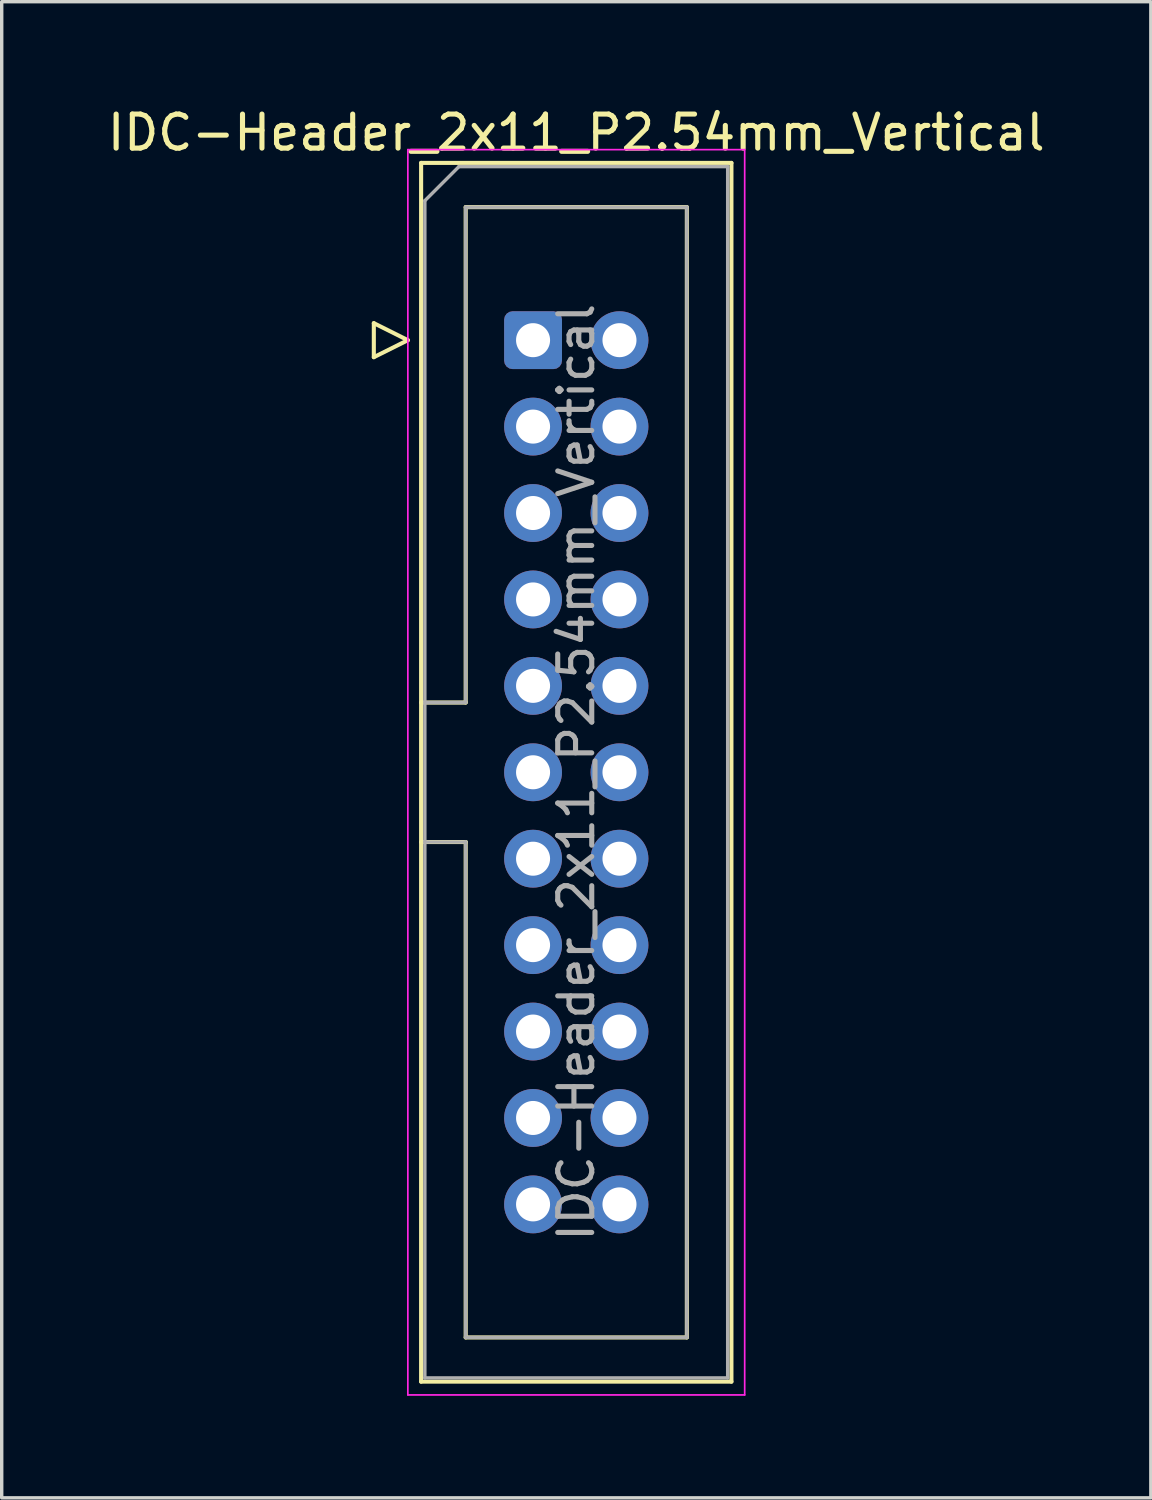
<source format=kicad_pcb>
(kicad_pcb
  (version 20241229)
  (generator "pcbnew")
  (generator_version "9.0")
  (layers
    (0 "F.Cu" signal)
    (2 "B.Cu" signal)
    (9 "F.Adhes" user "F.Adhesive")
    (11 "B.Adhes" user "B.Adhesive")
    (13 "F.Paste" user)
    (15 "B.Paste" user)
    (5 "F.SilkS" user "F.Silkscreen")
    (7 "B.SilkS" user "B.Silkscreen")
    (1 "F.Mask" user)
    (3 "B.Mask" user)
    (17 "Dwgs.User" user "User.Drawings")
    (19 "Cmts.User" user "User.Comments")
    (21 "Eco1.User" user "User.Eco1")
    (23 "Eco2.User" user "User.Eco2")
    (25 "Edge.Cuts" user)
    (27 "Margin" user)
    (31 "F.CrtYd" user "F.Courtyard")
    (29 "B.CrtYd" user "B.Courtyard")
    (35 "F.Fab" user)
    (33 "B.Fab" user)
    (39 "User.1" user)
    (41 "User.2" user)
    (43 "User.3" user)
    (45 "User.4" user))
  (footprint "IDC-Header_2x11_P2.54mm_Vertical"
    (layer "F.Cu")
    (at 12.617 6.948)
    (property "Reference" "IDC-Header_2x11_P2.54mm_Vertical" (at 1.27 -6.1 0) (layer "F.SilkS") (effects (font (size 1 1) (thickness 0.15))))
    (attr through_hole)
    (fp_line (start -4.68 -0.5) (end -4.68 0.5) (stroke (width 0.12) (type solid)) (layer "F.SilkS"))
    (fp_line (start -4.68 0.5) (end -3.68 0) (stroke (width 0.12) (type solid)) (layer "F.SilkS"))
    (fp_line (start -3.68 0) (end -4.68 -0.5) (stroke (width 0.12) (type solid)) (layer "F.SilkS"))
    (fp_line (start -3.29 -5.21) (end 5.83 -5.21) (stroke (width 0.12) (type solid)) (layer "F.SilkS"))
    (fp_line (start -3.29 10.65) (end -1.98 10.65) (stroke (width 0.12) (type solid)) (layer "F.SilkS"))
    (fp_line (start -3.29 30.61) (end -3.29 -5.21) (stroke (width 0.12) (type solid)) (layer "F.SilkS"))
    (fp_line (start -1.98 -3.91) (end 4.52 -3.91) (stroke (width 0.12) (type solid)) (layer "F.SilkS"))
    (fp_line (start -1.98 10.65) (end -1.98 -3.91) (stroke (width 0.12) (type solid)) (layer "F.SilkS"))
    (fp_line (start -1.98 14.75) (end -3.29 14.75) (stroke (width 0.12) (type solid)) (layer "F.SilkS"))
    (fp_line (start -1.98 14.75) (end -1.98 14.75) (stroke (width 0.12) (type solid)) (layer "F.SilkS"))
    (fp_line (start -1.98 29.31) (end -1.98 14.75) (stroke (width 0.12) (type solid)) (layer "F.SilkS"))
    (fp_line (start 4.52 -3.91) (end 4.52 29.31) (stroke (width 0.12) (type solid)) (layer "F.SilkS"))
    (fp_line (start 4.52 29.31) (end -1.98 29.31) (stroke (width 0.12) (type solid)) (layer "F.SilkS"))
    (fp_line (start 5.83 -5.21) (end 5.83 30.61) (stroke (width 0.12) (type solid)) (layer "F.SilkS"))
    (fp_line (start 5.83 30.61) (end -3.29 30.61) (stroke (width 0.12) (type solid)) (layer "F.SilkS"))
    (fp_line (start -3.68 -5.6) (end -3.68 31) (stroke (width 0.05) (type solid)) (layer "F.CrtYd"))
    (fp_line (start -3.68 31) (end 6.22 31) (stroke (width 0.05) (type solid)) (layer "F.CrtYd"))
    (fp_line (start 6.22 -5.6) (end -3.68 -5.6) (stroke (width 0.05) (type solid)) (layer "F.CrtYd"))
    (fp_line (start 6.22 31) (end 6.22 -5.6) (stroke (width 0.05) (type solid)) (layer "F.CrtYd"))
    (fp_line (start -3.18 -4.1) (end -2.18 -5.1) (stroke (width 0.1) (type solid)) (layer "F.Fab"))
    (fp_line (start -3.18 10.65) (end -1.98 10.65) (stroke (width 0.1) (type solid)) (layer "F.Fab"))
    (fp_line (start -3.18 30.5) (end -3.18 -4.1) (stroke (width 0.1) (type solid)) (layer "F.Fab"))
    (fp_line (start -2.18 -5.1) (end 5.72 -5.1) (stroke (width 0.1) (type solid)) (layer "F.Fab"))
    (fp_line (start -1.98 -3.91) (end 4.52 -3.91) (stroke (width 0.1) (type solid)) (layer "F.Fab"))
    (fp_line (start -1.98 10.65) (end -1.98 -3.91) (stroke (width 0.1) (type solid)) (layer "F.Fab"))
    (fp_line (start -1.98 14.75) (end -3.18 14.75) (stroke (width 0.1) (type solid)) (layer "F.Fab"))
    (fp_line (start -1.98 14.75) (end -1.98 14.75) (stroke (width 0.1) (type solid)) (layer "F.Fab"))
    (fp_line (start -1.98 29.31) (end -1.98 14.75) (stroke (width 0.1) (type solid)) (layer "F.Fab"))
    (fp_line (start 4.52 -3.91) (end 4.52 29.31) (stroke (width 0.1) (type solid)) (layer "F.Fab"))
    (fp_line (start 4.52 29.31) (end -1.98 29.31) (stroke (width 0.1) (type solid)) (layer "F.Fab"))
    (fp_line (start 5.72 -5.1) (end 5.72 30.5) (stroke (width 0.1) (type solid)) (layer "F.Fab"))
    (fp_line (start 5.72 30.5) (end -3.18 30.5) (stroke (width 0.1) (type solid)) (layer "F.Fab"))
    (fp_text user "${REFERENCE}" (at 1.27 12.7 90) (layer "F.Fab") (effects (font (size 1 1) (thickness 0.15))))
    (pad "1" thru_hole roundrect (at 0 0) (size 1.7 1.7) (drill 1) (layers "*.Cu" "*.Mask") (roundrect_rratio 0.147))
    (pad "2" thru_hole circle (at 2.54 0) (size 1.7 1.7) (drill 1) (layers "*.Cu" "*.Mask"))
    (pad "3" thru_hole circle (at 0 2.54) (size 1.7 1.7) (drill 1) (layers "*.Cu" "*.Mask"))
    (pad "4" thru_hole circle (at 2.54 2.54) (size 1.7 1.7) (drill 1) (layers "*.Cu" "*.Mask"))
    (pad "5" thru_hole circle (at 0 5.08) (size 1.7 1.7) (drill 1) (layers "*.Cu" "*.Mask"))
    (pad "6" thru_hole circle (at 2.54 5.08) (size 1.7 1.7) (drill 1) (layers "*.Cu" "*.Mask"))
    (pad "7" thru_hole circle (at 0 7.62) (size 1.7 1.7) (drill 1) (layers "*.Cu" "*.Mask"))
    (pad "8" thru_hole circle (at 2.54 7.62) (size 1.7 1.7) (drill 1) (layers "*.Cu" "*.Mask"))
    (pad "9" thru_hole circle (at 0 10.16) (size 1.7 1.7) (drill 1) (layers "*.Cu" "*.Mask"))
    (pad "10" thru_hole circle (at 2.54 10.16) (size 1.7 1.7) (drill 1) (layers "*.Cu" "*.Mask"))
    (pad "11" thru_hole circle (at 0 12.7) (size 1.7 1.7) (drill 1) (layers "*.Cu" "*.Mask"))
    (pad "12" thru_hole circle (at 2.54 12.7) (size 1.7 1.7) (drill 1) (layers "*.Cu" "*.Mask"))
    (pad "13" thru_hole circle (at 0 15.24) (size 1.7 1.7) (drill 1) (layers "*.Cu" "*.Mask"))
    (pad "14" thru_hole circle (at 2.54 15.24) (size 1.7 1.7) (drill 1) (layers "*.Cu" "*.Mask"))
    (pad "15" thru_hole circle (at 0 17.78) (size 1.7 1.7) (drill 1) (layers "*.Cu" "*.Mask"))
    (pad "16" thru_hole circle (at 2.54 17.78) (size 1.7 1.7) (drill 1) (layers "*.Cu" "*.Mask"))
    (pad "17" thru_hole circle (at 0 20.32) (size 1.7 1.7) (drill 1) (layers "*.Cu" "*.Mask"))
    (pad "18" thru_hole circle (at 2.54 20.32) (size 1.7 1.7) (drill 1) (layers "*.Cu" "*.Mask"))
    (pad "19" thru_hole circle (at 0 22.86) (size 1.7 1.7) (drill 1) (layers "*.Cu" "*.Mask"))
    (pad "20" thru_hole circle (at 2.54 22.86) (size 1.7 1.7) (drill 1) (layers "*.Cu" "*.Mask"))
    (pad "21" thru_hole circle (at 0 25.4) (size 1.7 1.7) (drill 1) (layers "*.Cu" "*.Mask"))
    (pad "22" thru_hole circle (at 2.54 25.4) (size 1.7 1.7) (drill 1) (layers "*.Cu" "*.Mask")))
  (gr_rect
    (start -3 -3)
    (end 30.774 40.973)
    (stroke (width 0.1) (type default))
    (fill no)
    (layer "Edge.Cuts")))
</source>
